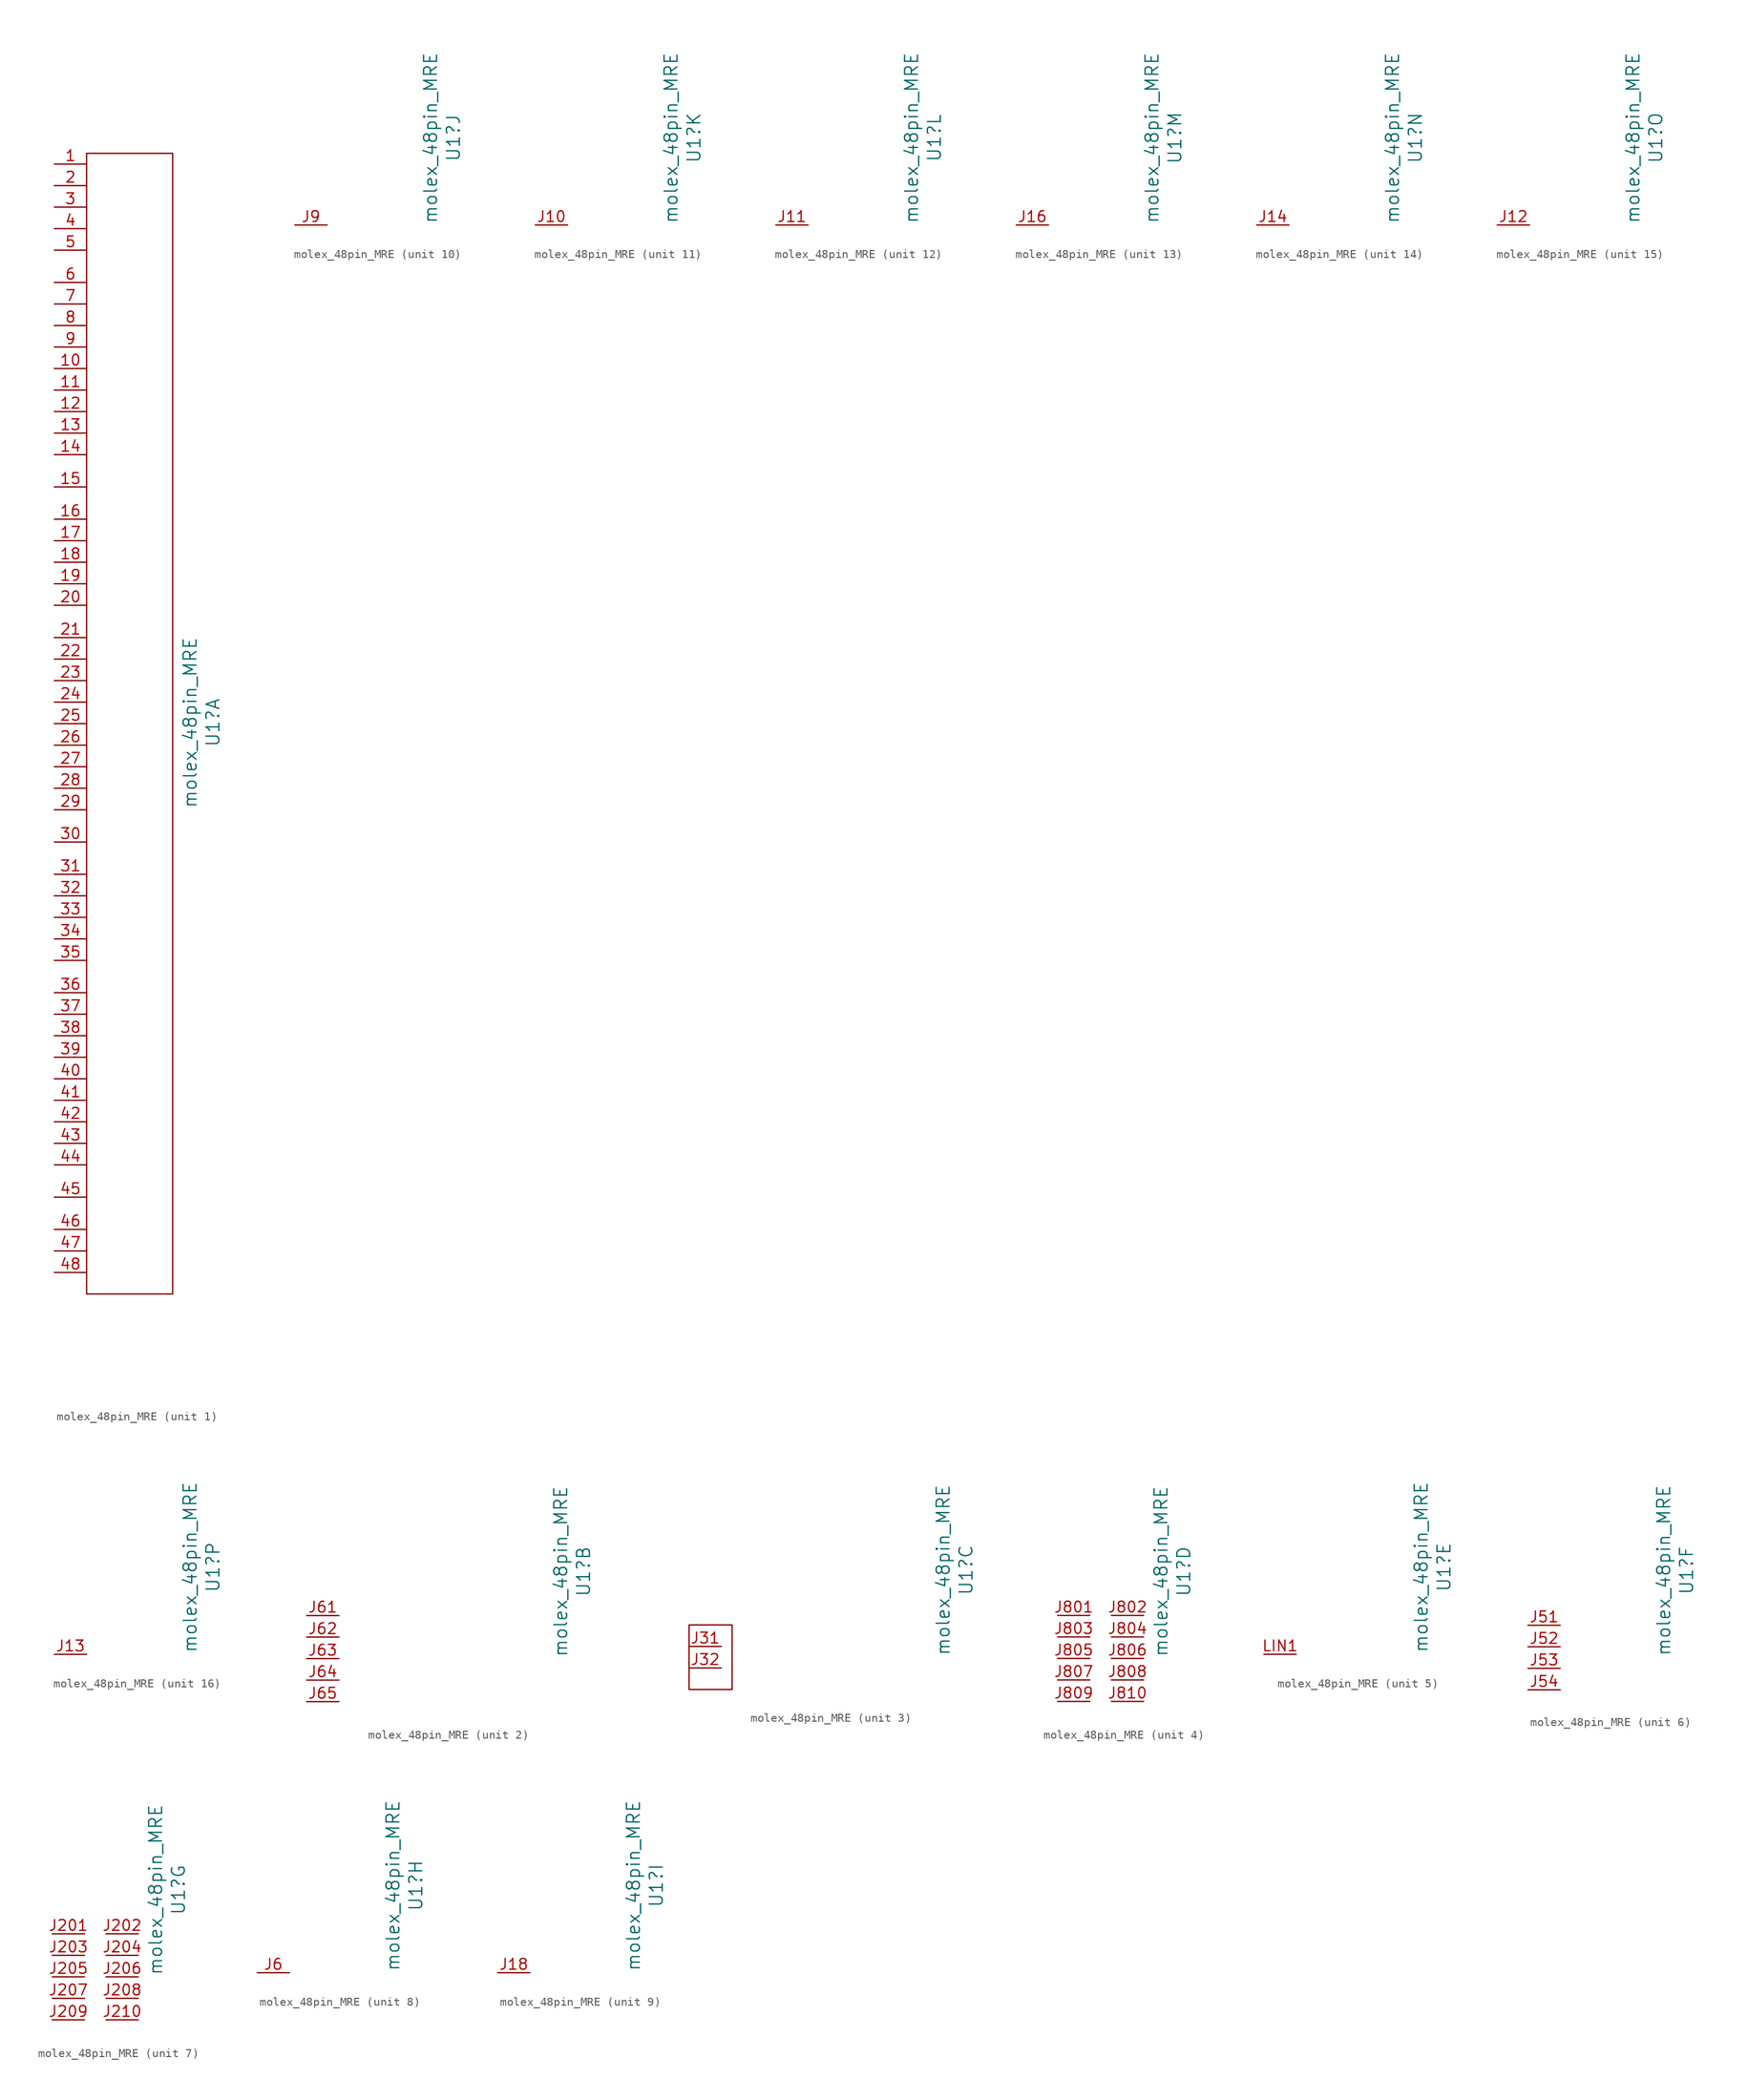
<source format=kicad_sym>
(kicad_symbol_lib
  (version 20231120)
  (generator "kicad_symbol_editor")
  (generator_version "8.0")
  (symbol "molex_48pin_MRE"
    (pin_names
      (offset 0.203) hide)
    (property "Reference" "U1"
      (at 32.69 10.287 90)
      (effects (font (size 1.524 1.524))))
    (property "Value" "molex_48pin_MRE"
      (at 29.997 10.287 90)
      (effects (font (size 1.524 1.524))))
    (property "ki_locked" ""
      (at 0 0 0)
      (effects (font (size 1.27 1.27))))
    (symbol "molex_48pin_MRE_1_1"
      (rectangle (start 17.78 77.47) (end 27.94 -57.15) (stroke (width 0) (type default)) (fill (type none)))
      (pin passive line (at 13.97 76.2 0) (length 3.81) (name "1" (effects (font (size 1.27 1.27)))) (number "1" (effects (font (size 1.27 1.27)))))
      (pin passive line (at 13.97 52.07 0) (length 3.81) (name "10" (effects (font (size 1.27 1.27)))) (number "10" (effects (font (size 1.27 1.27)))))
      (pin passive line (at 13.97 49.53 0) (length 3.81) (name "11" (effects (font (size 1.27 1.27)))) (number "11" (effects (font (size 1.27 1.27)))))
      (pin passive line (at 13.97 46.99 0) (length 3.81) (name "12" (effects (font (size 1.27 1.27)))) (number "12" (effects (font (size 1.27 1.27)))))
      (pin passive line (at 13.97 44.45 0) (length 3.81) (name "13" (effects (font (size 1.27 1.27)))) (number "13" (effects (font (size 1.27 1.27)))))
      (pin passive line (at 13.97 41.91 0) (length 3.81) (name "14" (effects (font (size 1.27 1.27)))) (number "14" (effects (font (size 1.27 1.27)))))
      (pin passive line (at 13.97 38.1 0) (length 3.81) (name "15" (effects (font (size 1.27 1.27)))) (number "15" (effects (font (size 1.27 1.27)))))
      (pin passive line (at 13.97 34.29 0) (length 3.81) (name "16" (effects (font (size 1.27 1.27)))) (number "16" (effects (font (size 1.27 1.27)))))
      (pin passive line (at 13.97 31.75 0) (length 3.81) (name "17" (effects (font (size 1.27 1.27)))) (number "17" (effects (font (size 1.27 1.27)))))
      (pin passive line (at 13.97 29.21 0) (length 3.81) (name "18" (effects (font (size 1.27 1.27)))) (number "18" (effects (font (size 1.27 1.27)))))
      (pin passive line (at 13.97 26.67 0) (length 3.81) (name "19" (effects (font (size 1.27 1.27)))) (number "19" (effects (font (size 1.27 1.27)))))
      (pin passive line (at 13.97 73.66 0) (length 3.81) (name "2" (effects (font (size 1.27 1.27)))) (number "2" (effects (font (size 1.27 1.27)))))
      (pin passive line (at 13.97 24.13 0) (length 3.81) (name "20" (effects (font (size 1.27 1.27)))) (number "20" (effects (font (size 1.27 1.27)))))
      (pin passive line (at 13.97 20.32 0) (length 3.81) (name "21" (effects (font (size 1.27 1.27)))) (number "21" (effects (font (size 1.27 1.27)))))
      (pin passive line (at 13.97 17.78 0) (length 3.81) (name "22" (effects (font (size 1.27 1.27)))) (number "22" (effects (font (size 1.27 1.27)))))
      (pin passive line (at 13.97 15.24 0) (length 3.81) (name "23" (effects (font (size 1.27 1.27)))) (number "23" (effects (font (size 1.27 1.27)))))
      (pin passive line (at 13.97 12.7 0) (length 3.81) (name "24" (effects (font (size 1.27 1.27)))) (number "24" (effects (font (size 1.27 1.27)))))
      (pin passive line (at 13.97 10.16 0) (length 3.81) (name "25" (effects (font (size 1.27 1.27)))) (number "25" (effects (font (size 1.27 1.27)))))
      (pin passive line (at 13.97 7.62 0) (length 3.81) (name "26" (effects (font (size 1.27 1.27)))) (number "26" (effects (font (size 1.27 1.27)))))
      (pin passive line (at 13.97 5.08 0) (length 3.81) (name "27" (effects (font (size 1.27 1.27)))) (number "27" (effects (font (size 1.27 1.27)))))
      (pin passive line (at 13.97 2.54 0) (length 3.81) (name "28" (effects (font (size 1.27 1.27)))) (number "28" (effects (font (size 1.27 1.27)))))
      (pin passive line (at 13.97 0 0) (length 3.81) (name "29" (effects (font (size 1.27 1.27)))) (number "29" (effects (font (size 1.27 1.27)))))
      (pin passive line (at 13.97 71.12 0) (length 3.81) (name "3" (effects (font (size 1.27 1.27)))) (number "3" (effects (font (size 1.27 1.27)))))
      (pin passive line (at 13.97 -3.81 0) (length 3.81) (name "30" (effects (font (size 1.27 1.27)))) (number "30" (effects (font (size 1.27 1.27)))))
      (pin passive line (at 13.97 -7.62 0) (length 3.81) (name "31" (effects (font (size 1.27 1.27)))) (number "31" (effects (font (size 1.27 1.27)))))
      (pin passive line (at 13.97 -10.16 0) (length 3.81) (name "32" (effects (font (size 1.27 1.27)))) (number "32" (effects (font (size 1.27 1.27)))))
      (pin passive line (at 13.97 -12.7 0) (length 3.81) (name "33" (effects (font (size 1.27 1.27)))) (number "33" (effects (font (size 1.27 1.27)))))
      (pin passive line (at 13.97 -15.24 0) (length 3.81) (name "34" (effects (font (size 1.27 1.27)))) (number "34" (effects (font (size 1.27 1.27)))))
      (pin passive line (at 13.97 -17.78 0) (length 3.81) (name "35" (effects (font (size 1.27 1.27)))) (number "35" (effects (font (size 1.27 1.27)))))
      (pin passive line (at 13.97 -21.59 0) (length 3.81) (name "36" (effects (font (size 1.27 1.27)))) (number "36" (effects (font (size 1.27 1.27)))))
      (pin passive line (at 13.97 -24.13 0) (length 3.81) (name "37" (effects (font (size 1.27 1.27)))) (number "37" (effects (font (size 1.27 1.27)))))
      (pin passive line (at 13.97 -26.67 0) (length 3.81) (name "38" (effects (font (size 1.27 1.27)))) (number "38" (effects (font (size 1.27 1.27)))))
      (pin passive line (at 13.97 -29.21 0) (length 3.81) (name "39" (effects (font (size 1.27 1.27)))) (number "39" (effects (font (size 1.27 1.27)))))
      (pin passive line (at 13.97 68.58 0) (length 3.81) (name "4" (effects (font (size 1.27 1.27)))) (number "4" (effects (font (size 1.27 1.27)))))
      (pin passive line (at 13.97 -31.75 0) (length 3.81) (name "40" (effects (font (size 1.27 1.27)))) (number "40" (effects (font (size 1.27 1.27)))))
      (pin passive line (at 13.97 -34.29 0) (length 3.81) (name "41" (effects (font (size 1.27 1.27)))) (number "41" (effects (font (size 1.27 1.27)))))
      (pin passive line (at 13.97 -36.83 0) (length 3.81) (name "42" (effects (font (size 1.27 1.27)))) (number "42" (effects (font (size 1.27 1.27)))))
      (pin passive line (at 13.97 -39.37 0) (length 3.81) (name "43" (effects (font (size 1.27 1.27)))) (number "43" (effects (font (size 1.27 1.27)))))
      (pin passive line (at 13.97 -41.91 0) (length 3.81) (name "44" (effects (font (size 1.27 1.27)))) (number "44" (effects (font (size 1.27 1.27)))))
      (pin passive line (at 13.97 -45.72 0) (length 3.81) (name "45" (effects (font (size 1.27 1.27)))) (number "45" (effects (font (size 1.27 1.27)))))
      (pin passive line (at 13.97 -49.53 0) (length 3.81) (name "46" (effects (font (size 1.27 1.27)))) (number "46" (effects (font (size 1.27 1.27)))))
      (pin passive line (at 13.97 -52.07 0) (length 3.81) (name "47" (effects (font (size 1.27 1.27)))) (number "47" (effects (font (size 1.27 1.27)))))
      (pin passive line (at 13.97 -54.61 0) (length 3.81) (name "48" (effects (font (size 1.27 1.27)))) (number "48" (effects (font (size 1.27 1.27)))))
      (pin passive line (at 13.97 66.04 0) (length 3.81) (name "5" (effects (font (size 1.27 1.27)))) (number "5" (effects (font (size 1.27 1.27)))))
      (pin passive line (at 13.97 62.23 0) (length 3.81) (name "6" (effects (font (size 1.27 1.27)))) (number "6" (effects (font (size 1.27 1.27)))))
      (pin passive line (at 13.97 59.69 0) (length 3.81) (name "7" (effects (font (size 1.27 1.27)))) (number "7" (effects (font (size 1.27 1.27)))))
      (pin passive line (at 13.97 57.15 0) (length 3.81) (name "8" (effects (font (size 1.27 1.27)))) (number "8" (effects (font (size 1.27 1.27)))))
      (pin passive line (at 13.97 54.61 0) (length 3.81) (name "9" (effects (font (size 1.27 1.27)))) (number "9" (effects (font (size 1.27 1.27))))))
    (symbol "molex_48pin_MRE_2_1"
      (pin passive line (at 0 5.08 0) (length 3.81) (name "J61" (effects (font (size 1.27 1.27)))) (number "J61" (effects (font (size 1.27 1.27)))))
      (pin passive line (at 0 2.54 0) (length 3.81) (name "J62" (effects (font (size 1.27 1.27)))) (number "J62" (effects (font (size 1.27 1.27)))))
      (pin passive line (at 0 0 0) (length 3.81) (name "J63" (effects (font (size 1.27 1.27)))) (number "J63" (effects (font (size 1.27 1.27)))))
      (pin passive line (at 0 -2.54 0) (length 3.81) (name "J64" (effects (font (size 1.27 1.27)))) (number "J64" (effects (font (size 1.27 1.27)))))
      (pin passive line (at 0 -5.08 0) (length 3.81) (name "J65" (effects (font (size 1.27 1.27)))) (number "J65" (effects (font (size 1.27 1.27))))))
    (symbol "molex_48pin_MRE_3_1"
      (rectangle (start 0 3.81) (end 5.08 -3.81) (stroke (width 0) (type default)) (fill (type none)))
      (pin passive line (at 0 1.27 0) (length 3.81) (name "J31" (effects (font (size 1.27 1.27)))) (number "J31" (effects (font (size 1.27 1.27)))))
      (pin passive line (at 0 -1.27 0) (length 3.81) (name "J32" (effects (font (size 1.27 1.27)))) (number "J32" (effects (font (size 1.27 1.27))))))
    (symbol "molex_48pin_MRE_4_1"
      (pin passive line (at 17.78 5.08 0) (length 3.81) (name "J801" (effects (font (size 1.27 1.27)))) (number "J801" (effects (font (size 1.27 1.27)))))
      (pin passive line (at 27.94 5.08 180) (length 3.81) (name "J802" (effects (font (size 1.27 1.27)))) (number "J802" (effects (font (size 1.27 1.27)))))
      (pin passive line (at 17.78 2.54 0) (length 3.81) (name "J803" (effects (font (size 1.27 1.27)))) (number "J803" (effects (font (size 1.27 1.27)))))
      (pin passive line (at 27.94 2.54 180) (length 3.81) (name "J804" (effects (font (size 1.27 1.27)))) (number "J804" (effects (font (size 1.27 1.27)))))
      (pin passive line (at 17.78 0 0) (length 3.81) (name "J805" (effects (font (size 1.27 1.27)))) (number "J805" (effects (font (size 1.27 1.27)))))
      (pin passive line (at 27.94 0 180) (length 3.81) (name "J806" (effects (font (size 1.27 1.27)))) (number "J806" (effects (font (size 1.27 1.27)))))
      (pin passive line (at 17.78 -2.54 0) (length 3.81) (name "J807" (effects (font (size 1.27 1.27)))) (number "J807" (effects (font (size 1.27 1.27)))))
      (pin passive line (at 27.94 -2.54 180) (length 3.81) (name "J808" (effects (font (size 1.27 1.27)))) (number "J808" (effects (font (size 1.27 1.27)))))
      (pin passive line (at 17.78 -5.08 0) (length 3.81) (name "J809" (effects (font (size 1.27 1.27)))) (number "J809" (effects (font (size 1.27 1.27)))))
      (pin passive line (at 27.94 -5.08 180) (length 3.81) (name "J810" (effects (font (size 1.27 1.27)))) (number "J810" (effects (font (size 1.27 1.27))))))
    (symbol "molex_48pin_MRE_5_1"
      (pin passive line (at 15.24 0 180) (length 3.81) (name "LIN1" (effects (font (size 1.27 1.27)))) (number "LIN1" (effects (font (size 1.27 1.27))))))
    (symbol "molex_48pin_MRE_6_1"
      (pin passive line (at 13.97 3.81 0) (length 3.81) (name "J51" (effects (font (size 1.27 1.27)))) (number "J51" (effects (font (size 1.27 1.27)))))
      (pin passive line (at 13.97 1.27 0) (length 3.81) (name "J52" (effects (font (size 1.27 1.27)))) (number "J52" (effects (font (size 1.27 1.27)))))
      (pin passive line (at 13.97 -1.27 0) (length 3.81) (name "J53" (effects (font (size 1.27 1.27)))) (number "J53" (effects (font (size 1.27 1.27)))))
      (pin passive line (at 13.97 -3.81 0) (length 3.81) (name "J54" (effects (font (size 1.27 1.27)))) (number "J54" (effects (font (size 1.27 1.27))))))
    (symbol "molex_48pin_MRE_7_1"
      (pin passive line (at 17.78 5.08 0) (length 3.81) (name "J201" (effects (font (size 1.27 1.27)))) (number "J201" (effects (font (size 1.27 1.27)))))
      (pin passive line (at 27.94 5.08 180) (length 3.81) (name "J202" (effects (font (size 1.27 1.27)))) (number "J202" (effects (font (size 1.27 1.27)))))
      (pin passive line (at 17.78 2.54 0) (length 3.81) (name "J203" (effects (font (size 1.27 1.27)))) (number "J203" (effects (font (size 1.27 1.27)))))
      (pin passive line (at 27.94 2.54 180) (length 3.81) (name "J204" (effects (font (size 1.27 1.27)))) (number "J204" (effects (font (size 1.27 1.27)))))
      (pin passive line (at 17.78 0 0) (length 3.81) (name "J205" (effects (font (size 1.27 1.27)))) (number "J205" (effects (font (size 1.27 1.27)))))
      (pin passive line (at 27.94 0 180) (length 3.81) (name "J206" (effects (font (size 1.27 1.27)))) (number "J206" (effects (font (size 1.27 1.27)))))
      (pin passive line (at 17.78 -2.54 0) (length 3.81) (name "J207" (effects (font (size 1.27 1.27)))) (number "J207" (effects (font (size 1.27 1.27)))))
      (pin passive line (at 27.94 -2.54 180) (length 3.81) (name "J208" (effects (font (size 1.27 1.27)))) (number "J208" (effects (font (size 1.27 1.27)))))
      (pin passive line (at 17.78 -5.08 0) (length 3.81) (name "J209" (effects (font (size 1.27 1.27)))) (number "J209" (effects (font (size 1.27 1.27)))))
      (pin passive line (at 27.94 -5.08 180) (length 3.81) (name "J210" (effects (font (size 1.27 1.27)))) (number "J210" (effects (font (size 1.27 1.27))))))
    (symbol "molex_48pin_MRE_8_1"
      (pin passive line (at 13.97 0 0) (length 3.81) (name "J6" (effects (font (size 1.27 1.27)))) (number "J6" (effects (font (size 1.27 1.27))))))
    (symbol "molex_48pin_MRE_9_1"
      (pin passive line (at 13.97 0 0) (length 3.81) (name "J18" (effects (font (size 1.27 1.27)))) (number "J18" (effects (font (size 1.27 1.27))))))
    (symbol "molex_48pin_MRE_10_1"
      (pin passive line (at 13.97 0 0) (length 3.81) (name "J9" (effects (font (size 1.27 1.27)))) (number "J9" (effects (font (size 1.27 1.27))))))
    (symbol "molex_48pin_MRE_11_1"
      (pin passive line (at 13.97 0 0) (length 3.81) (name "J10" (effects (font (size 1.27 1.27)))) (number "J10" (effects (font (size 1.27 1.27))))))
    (symbol "molex_48pin_MRE_12_1"
      (pin passive line (at 13.97 0 0) (length 3.81) (name "J11" (effects (font (size 1.27 1.27)))) (number "J11" (effects (font (size 1.27 1.27))))))
    (symbol "molex_48pin_MRE_13_1"
      (pin passive line (at 13.97 0 0) (length 3.81) (name "J16" (effects (font (size 1.27 1.27)))) (number "J16" (effects (font (size 1.27 1.27))))))
    (symbol "molex_48pin_MRE_14_1"
      (pin passive line (at 13.97 0 0) (length 3.81) (name "J14" (effects (font (size 1.27 1.27)))) (number "J14" (effects (font (size 1.27 1.27))))))
    (symbol "molex_48pin_MRE_15_1"
      (pin passive line (at 13.97 0 0) (length 3.81) (name "J12" (effects (font (size 1.27 1.27)))) (number "J12" (effects (font (size 1.27 1.27))))))
    (symbol "molex_48pin_MRE_16_1"
      (pin passive line (at 13.97 0 0) (length 3.81) (name "J13" (effects (font (size 1.27 1.27)))) (number "J13" (effects (font (size 1.27 1.27))))))))
</source>
